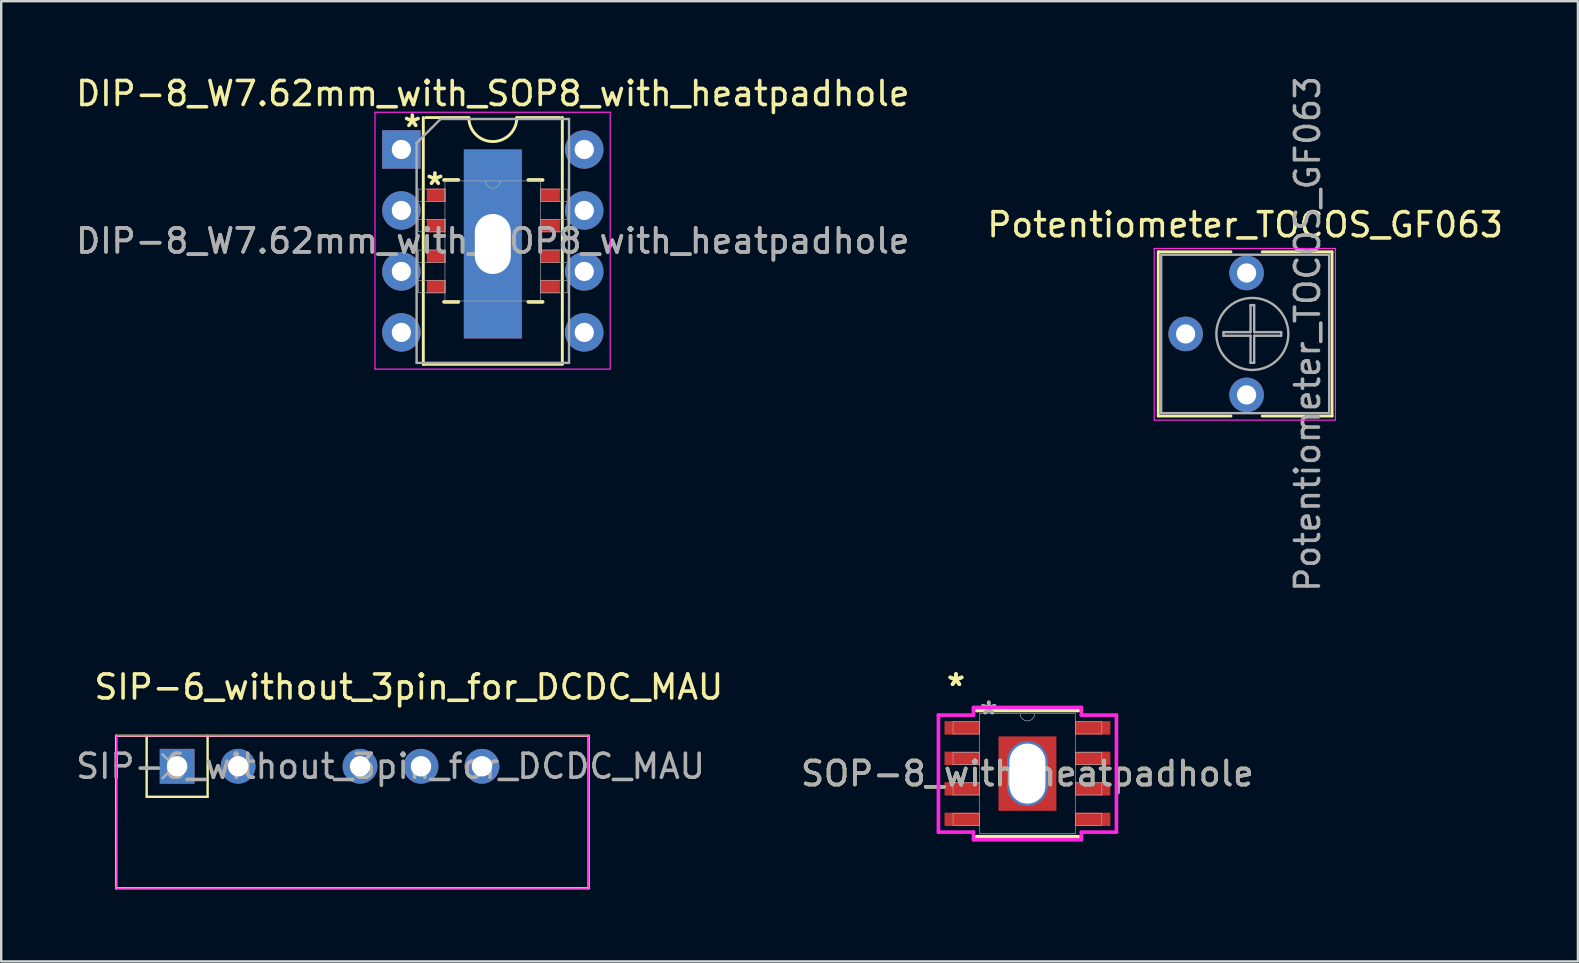
<source format=kicad_pcb>
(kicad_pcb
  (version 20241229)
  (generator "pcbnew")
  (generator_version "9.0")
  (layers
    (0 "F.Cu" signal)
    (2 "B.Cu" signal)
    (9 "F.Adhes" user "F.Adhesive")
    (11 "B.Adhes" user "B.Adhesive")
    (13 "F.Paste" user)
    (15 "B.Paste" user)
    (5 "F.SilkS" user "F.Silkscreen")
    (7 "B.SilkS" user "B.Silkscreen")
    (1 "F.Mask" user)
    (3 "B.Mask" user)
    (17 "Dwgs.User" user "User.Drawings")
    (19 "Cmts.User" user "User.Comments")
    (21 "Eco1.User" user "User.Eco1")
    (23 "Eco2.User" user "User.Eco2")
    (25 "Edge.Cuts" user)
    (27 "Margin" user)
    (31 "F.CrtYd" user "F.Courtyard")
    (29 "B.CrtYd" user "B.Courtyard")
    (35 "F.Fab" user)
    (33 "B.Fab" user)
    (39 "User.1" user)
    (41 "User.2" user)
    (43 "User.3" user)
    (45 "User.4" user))
  (footprint "SOP-8_with_heatpadhole"
    (layer "F.Cu")
    (at 39.756 29.181)
    (property "Reference" "SOP-8_with_heatpadhole" (at 0 0 0) (unlocked yes) (layer "F.SilkS") (effects (font (size 1 1) (thickness 0.15))))
    (attr smd)
    (fp_line (start -2.121 2.629) (end 2.121 2.629) (stroke (width 0.152) (type solid)) (layer "F.SilkS"))
    (fp_line (start 2.121 -2.629) (end -2.121 -2.629) (stroke (width 0.152) (type solid)) (layer "F.SilkS"))
    (fp_poly (pts (xy -1.107 -1.449) (xy -1.107 -0.1) (xy 1.107 -0.1) (xy 1.107 -1.449)) (stroke (width 0) (type solid)) (fill yes) (layer "F.Paste"))
    (fp_poly (pts (xy -1.107 0.1) (xy -1.107 1.449) (xy 1.107 1.449) (xy 1.107 0.1)) (stroke (width 0) (type solid)) (fill yes) (layer "F.Paste"))
    (fp_line (start -3.708 -2.438) (end -2.248 -2.438) (stroke (width 0.152) (type solid)) (layer "F.CrtYd"))
    (fp_line (start -3.708 2.438) (end -3.708 -2.438) (stroke (width 0.152) (type solid)) (layer "F.CrtYd"))
    (fp_line (start -3.708 2.438) (end -2.248 2.438) (stroke (width 0.152) (type solid)) (layer "F.CrtYd"))
    (fp_line (start -2.248 -2.756) (end 2.248 -2.756) (stroke (width 0.152) (type solid)) (layer "F.CrtYd"))
    (fp_line (start -2.248 -2.438) (end -2.248 -2.756) (stroke (width 0.152) (type solid)) (layer "F.CrtYd"))
    (fp_line (start -2.248 2.756) (end -2.248 2.438) (stroke (width 0.152) (type solid)) (layer "F.CrtYd"))
    (fp_line (start 2.248 -2.756) (end 2.248 -2.438) (stroke (width 0.152) (type solid)) (layer "F.CrtYd"))
    (fp_line (start 2.248 2.438) (end 2.248 2.756) (stroke (width 0.152) (type solid)) (layer "F.CrtYd"))
    (fp_line (start 2.248 2.756) (end -2.248 2.756) (stroke (width 0.152) (type solid)) (layer "F.CrtYd"))
    (fp_line (start 3.708 -2.438) (end 2.248 -2.438) (stroke (width 0.152) (type solid)) (layer "F.CrtYd"))
    (fp_line (start 3.708 -2.438) (end 3.708 2.438) (stroke (width 0.152) (type solid)) (layer "F.CrtYd"))
    (fp_line (start 3.708 2.438) (end 2.248 2.438) (stroke (width 0.152) (type solid)) (layer "F.CrtYd"))
    (fp_line (start -3.099 -2.159) (end -3.099 -1.651) (stroke (width 0.025) (type solid)) (layer "F.Fab"))
    (fp_line (start -3.099 -1.651) (end -1.994 -1.651) (stroke (width 0.025) (type solid)) (layer "F.Fab"))
    (fp_line (start -3.099 -0.889) (end -3.099 -0.381) (stroke (width 0.025) (type solid)) (layer "F.Fab"))
    (fp_line (start -3.099 -0.381) (end -1.994 -0.381) (stroke (width 0.025) (type solid)) (layer "F.Fab"))
    (fp_line (start -3.099 0.381) (end -3.099 0.889) (stroke (width 0.025) (type solid)) (layer "F.Fab"))
    (fp_line (start -3.099 0.889) (end -1.994 0.889) (stroke (width 0.025) (type solid)) (layer "F.Fab"))
    (fp_line (start -3.099 1.651) (end -3.099 2.159) (stroke (width 0.025) (type solid)) (layer "F.Fab"))
    (fp_line (start -3.099 2.159) (end -1.994 2.159) (stroke (width 0.025) (type solid)) (layer "F.Fab"))
    (fp_line (start -1.994 -2.502) (end -1.994 2.502) (stroke (width 0.025) (type solid)) (layer "F.Fab"))
    (fp_line (start -1.994 -2.159) (end -3.099 -2.159) (stroke (width 0.025) (type solid)) (layer "F.Fab"))
    (fp_line (start -1.994 -1.651) (end -1.994 -2.159) (stroke (width 0.025) (type solid)) (layer "F.Fab"))
    (fp_line (start -1.994 -0.889) (end -3.099 -0.889) (stroke (width 0.025) (type solid)) (layer "F.Fab"))
    (fp_line (start -1.994 -0.381) (end -1.994 -0.889) (stroke (width 0.025) (type solid)) (layer "F.Fab"))
    (fp_line (start -1.994 0.381) (end -3.099 0.381) (stroke (width 0.025) (type solid)) (layer "F.Fab"))
    (fp_line (start -1.994 0.889) (end -1.994 0.381) (stroke (width 0.025) (type solid)) (layer "F.Fab"))
    (fp_line (start -1.994 1.651) (end -3.099 1.651) (stroke (width 0.025) (type solid)) (layer "F.Fab"))
    (fp_line (start -1.994 2.159) (end -1.994 1.651) (stroke (width 0.025) (type solid)) (layer "F.Fab"))
    (fp_line (start -1.994 2.502) (end 1.994 2.502) (stroke (width 0.025) (type solid)) (layer "F.Fab"))
    (fp_line (start 1.994 -2.502) (end -1.994 -2.502) (stroke (width 0.025) (type solid)) (layer "F.Fab"))
    (fp_line (start 1.994 -2.159) (end 1.994 -1.651) (stroke (width 0.025) (type solid)) (layer "F.Fab"))
    (fp_line (start 1.994 -1.651) (end 3.099 -1.651) (stroke (width 0.025) (type solid)) (layer "F.Fab"))
    (fp_line (start 1.994 -0.889) (end 1.994 -0.381) (stroke (width 0.025) (type solid)) (layer "F.Fab"))
    (fp_line (start 1.994 -0.381) (end 3.099 -0.381) (stroke (width 0.025) (type solid)) (layer "F.Fab"))
    (fp_line (start 1.994 0.381) (end 1.994 0.889) (stroke (width 0.025) (type solid)) (layer "F.Fab"))
    (fp_line (start 1.994 0.889) (end 3.099 0.889) (stroke (width 0.025) (type solid)) (layer "F.Fab"))
    (fp_line (start 1.994 1.651) (end 1.994 2.159) (stroke (width 0.025) (type solid)) (layer "F.Fab"))
    (fp_line (start 1.994 2.159) (end 3.099 2.159) (stroke (width 0.025) (type solid)) (layer "F.Fab"))
    (fp_line (start 1.994 2.502) (end 1.994 -2.502) (stroke (width 0.025) (type solid)) (layer "F.Fab"))
    (fp_line (start 3.099 -2.159) (end 1.994 -2.159) (stroke (width 0.025) (type solid)) (layer "F.Fab"))
    (fp_line (start 3.099 -1.651) (end 3.099 -2.159) (stroke (width 0.025) (type solid)) (layer "F.Fab"))
    (fp_line (start 3.099 -0.889) (end 1.994 -0.889) (stroke (width 0.025) (type solid)) (layer "F.Fab"))
    (fp_line (start 3.099 -0.381) (end 3.099 -0.889) (stroke (width 0.025) (type solid)) (layer "F.Fab"))
    (fp_line (start 3.099 0.381) (end 1.994 0.381) (stroke (width 0.025) (type solid)) (layer "F.Fab"))
    (fp_line (start 3.099 0.889) (end 3.099 0.381) (stroke (width 0.025) (type solid)) (layer "F.Fab"))
    (fp_line (start 3.099 1.651) (end 1.994 1.651) (stroke (width 0.025) (type solid)) (layer "F.Fab"))
    (fp_line (start 3.099 2.159) (end 3.099 1.651) (stroke (width 0.025) (type solid)) (layer "F.Fab"))
    (fp_arc (start 0.3048 -2.5019) (mid 0 -2.1971) (end -0.3048 -2.5019) (stroke (width 0.0254) (type solid)) (layer "F.Fab"))
    (fp_text user "*" (at -2.978 -3.607 0) (layer "F.SilkS") (effects (font (size 1 1) (thickness 0.15))))
    (fp_text user "*" (at -2.978 -3.607 0) (unlocked yes) (layer "F.SilkS") (effects (font (size 1 1) (thickness 0.15))))
    (fp_text user "${REFERENCE}" (at 0 0 0) (unlocked yes) (layer "F.Fab") (effects (font (size 1 1) (thickness 0.15))))
    (fp_text user "*" (at -1.613 -2.426 0) (unlocked yes) (layer "F.Fab") (effects (font (size 1 1) (thickness 0.15))))
    (fp_text user "*" (at -1.613 -2.426 0) (layer "F.Fab") (effects (font (size 1 1) (thickness 0.15))))
    (pad "" thru_hole oval (at 0 0 90) (size 2.7 1.7) (drill oval 2.5 1.5) (layers "*.Cu" "*.Mask"))
    (pad "1" smd rect (at -2.724 -1.905) (size 1.46 0.559) (layers "F.Cu" "F.Mask" "F.Paste"))
    (pad "2" smd rect (at -2.724 -0.635) (size 1.46 0.559) (layers "F.Cu" "F.Mask" "F.Paste"))
    (pad "3" smd rect (at -2.724 0.635) (size 1.46 0.559) (layers "F.Cu" "F.Mask" "F.Paste"))
    (pad "4" smd rect (at -2.724 1.905) (size 1.46 0.559) (layers "F.Cu" "F.Mask" "F.Paste"))
    (pad "5" smd rect (at 2.724 1.905) (size 1.46 0.559) (layers "F.Cu" "F.Mask" "F.Paste"))
    (pad "6" smd rect (at 2.724 0.635) (size 1.46 0.559) (layers "F.Cu" "F.Mask" "F.Paste"))
    (pad "7" smd rect (at 2.724 -0.635) (size 1.46 0.559) (layers "F.Cu" "F.Mask" "F.Paste"))
    (pad "8" smd rect (at 2.724 -1.905) (size 1.46 0.559) (layers "F.Cu" "F.Mask" "F.Paste"))
    (pad "EPAD" smd rect (at 0 0) (size 2.413 3.099) (layers "F.Cu" "F.Mask")))
  (footprint "DIP-8_W7.62mm_with_SOP8_with_heatpadhole"
    (layer "F.Cu")
    (at 13.672 3.178)
    (property "Reference" "DIP-8_W7.62mm_with_SOP8_with_heatpadhole" (at 3.81 -2.33 0) (layer "F.SilkS") (effects (font (size 1 1) (thickness 0.15))))
    (attr through_hole)
    (fp_line (start 0.914 -1.33) (end 0.914 8.95) (stroke (width 0.12) (type solid)) (layer "F.SilkS"))
    (fp_line (start 0.914 8.95) (end 6.706 8.95) (stroke (width 0.12) (type solid)) (layer "F.SilkS"))
    (fp_line (start 2.375 1.27) (end 1.778 1.27) (stroke (width 0.152) (type solid)) (layer "F.SilkS"))
    (fp_line (start 2.375 6.35) (end 1.778 6.35) (stroke (width 0.152) (type solid)) (layer "F.SilkS"))
    (fp_line (start 2.81 -1.33) (end 1.016 -1.33) (stroke (width 0.12) (type solid)) (layer "F.SilkS"))
    (fp_line (start 5.886 1.27) (end 5.29 1.27) (stroke (width 0.152) (type solid)) (layer "F.SilkS"))
    (fp_line (start 5.886 6.35) (end 5.29 6.35) (stroke (width 0.152) (type solid)) (layer "F.SilkS"))
    (fp_line (start 6.604 -1.33) (end 4.81 -1.33) (stroke (width 0.12) (type solid)) (layer "F.SilkS"))
    (fp_line (start 6.706 8.941) (end 6.706 -1.339) (stroke (width 0.12) (type solid)) (layer "F.SilkS"))
    (fp_arc (start 4.81 -1.33) (mid 3.81 -0.33) (end 2.81 -1.33) (stroke (width 0.12) (type solid)) (layer "F.SilkS"))
    (fp_poly (pts (xy 2.704 2.361) (xy 2.704 3.71) (xy 4.917 3.71) (xy 4.917 2.361)) (stroke (width 0) (type solid)) (fill yes) (layer "F.Paste"))
    (fp_poly (pts (xy 2.704 3.91) (xy 2.704 5.259) (xy 4.917 5.259) (xy 4.917 3.91)) (stroke (width 0) (type solid)) (fill yes) (layer "F.Paste"))
    (fp_line (start -1.1 -1.55) (end -1.1 9.15) (stroke (width 0.05) (type solid)) (layer "F.CrtYd"))
    (fp_line (start -1.1 9.15) (end 8.7 9.15) (stroke (width 0.05) (type solid)) (layer "F.CrtYd"))
    (fp_line (start 8.7 -1.55) (end -1.1 -1.55) (stroke (width 0.05) (type solid)) (layer "F.CrtYd"))
    (fp_line (start 8.7 9.15) (end 8.7 -1.55) (stroke (width 0.05) (type solid)) (layer "F.CrtYd"))
    (fp_line (start 0.635 -0.27) (end 1.635 -1.27) (stroke (width 0.1) (type solid)) (layer "F.Fab"))
    (fp_line (start 0.635 8.89) (end 0.635 -0.27) (stroke (width 0.1) (type solid)) (layer "F.Fab"))
    (fp_line (start 0.711 1.651) (end 0.711 2.159) (stroke (width 0.025) (type solid)) (layer "F.Fab"))
    (fp_line (start 0.711 2.159) (end 1.816 2.159) (stroke (width 0.025) (type solid)) (layer "F.Fab"))
    (fp_line (start 0.711 2.921) (end 0.711 3.429) (stroke (width 0.025) (type solid)) (layer "F.Fab"))
    (fp_line (start 0.711 3.429) (end 1.816 3.429) (stroke (width 0.025) (type solid)) (layer "F.Fab"))
    (fp_line (start 0.711 4.191) (end 0.711 4.699) (stroke (width 0.025) (type solid)) (layer "F.Fab"))
    (fp_line (start 0.711 4.699) (end 1.816 4.699) (stroke (width 0.025) (type solid)) (layer "F.Fab"))
    (fp_line (start 0.711 5.461) (end 0.711 5.969) (stroke (width 0.025) (type solid)) (layer "F.Fab"))
    (fp_line (start 0.711 5.969) (end 1.816 5.969) (stroke (width 0.025) (type solid)) (layer "F.Fab"))
    (fp_line (start 1.635 -1.27) (end 6.985 -1.27) (stroke (width 0.1) (type solid)) (layer "F.Fab"))
    (fp_line (start 1.816 1.308) (end 1.816 6.312) (stroke (width 0.025) (type solid)) (layer "F.Fab"))
    (fp_line (start 1.816 1.651) (end 0.711 1.651) (stroke (width 0.025) (type solid)) (layer "F.Fab"))
    (fp_line (start 1.816 2.159) (end 1.816 1.651) (stroke (width 0.025) (type solid)) (layer "F.Fab"))
    (fp_line (start 1.816 2.921) (end 0.711 2.921) (stroke (width 0.025) (type solid)) (layer "F.Fab"))
    (fp_line (start 1.816 3.429) (end 1.816 2.921) (stroke (width 0.025) (type solid)) (layer "F.Fab"))
    (fp_line (start 1.816 4.191) (end 0.711 4.191) (stroke (width 0.025) (type solid)) (layer "F.Fab"))
    (fp_line (start 1.816 4.699) (end 1.816 4.191) (stroke (width 0.025) (type solid)) (layer "F.Fab"))
    (fp_line (start 1.816 5.461) (end 0.711 5.461) (stroke (width 0.025) (type solid)) (layer "F.Fab"))
    (fp_line (start 1.816 5.969) (end 1.816 5.461) (stroke (width 0.025) (type solid)) (layer "F.Fab"))
    (fp_line (start 1.816 6.312) (end 5.804 6.312) (stroke (width 0.025) (type solid)) (layer "F.Fab"))
    (fp_line (start 5.804 1.308) (end 1.816 1.308) (stroke (width 0.025) (type solid)) (layer "F.Fab"))
    (fp_line (start 5.804 1.651) (end 5.804 2.159) (stroke (width 0.025) (type solid)) (layer "F.Fab"))
    (fp_line (start 5.804 2.159) (end 6.909 2.159) (stroke (width 0.025) (type solid)) (layer "F.Fab"))
    (fp_line (start 5.804 2.921) (end 5.804 3.429) (stroke (width 0.025) (type solid)) (layer "F.Fab"))
    (fp_line (start 5.804 3.429) (end 6.909 3.429) (stroke (width 0.025) (type solid)) (layer "F.Fab"))
    (fp_line (start 5.804 4.191) (end 5.804 4.699) (stroke (width 0.025) (type solid)) (layer "F.Fab"))
    (fp_line (start 5.804 4.699) (end 6.909 4.699) (stroke (width 0.025) (type solid)) (layer "F.Fab"))
    (fp_line (start 5.804 5.461) (end 5.804 5.969) (stroke (width 0.025) (type solid)) (layer "F.Fab"))
    (fp_line (start 5.804 5.969) (end 6.909 5.969) (stroke (width 0.025) (type solid)) (layer "F.Fab"))
    (fp_line (start 5.804 6.312) (end 5.804 1.308) (stroke (width 0.025) (type solid)) (layer "F.Fab"))
    (fp_line (start 6.909 1.651) (end 5.804 1.651) (stroke (width 0.025) (type solid)) (layer "F.Fab"))
    (fp_line (start 6.909 2.159) (end 6.909 1.651) (stroke (width 0.025) (type solid)) (layer "F.Fab"))
    (fp_line (start 6.909 2.921) (end 5.804 2.921) (stroke (width 0.025) (type solid)) (layer "F.Fab"))
    (fp_line (start 6.909 3.429) (end 6.909 2.921) (stroke (width 0.025) (type solid)) (layer "F.Fab"))
    (fp_line (start 6.909 4.191) (end 5.804 4.191) (stroke (width 0.025) (type solid)) (layer "F.Fab"))
    (fp_line (start 6.909 4.699) (end 6.909 4.191) (stroke (width 0.025) (type solid)) (layer "F.Fab"))
    (fp_line (start 6.909 5.461) (end 5.804 5.461) (stroke (width 0.025) (type solid)) (layer "F.Fab"))
    (fp_line (start 6.909 5.969) (end 6.909 5.461) (stroke (width 0.025) (type solid)) (layer "F.Fab"))
    (fp_line (start 6.985 -1.27) (end 6.985 8.89) (stroke (width 0.1) (type solid)) (layer "F.Fab"))
    (fp_line (start 6.985 8.89) (end 0.635 8.89) (stroke (width 0.1) (type solid)) (layer "F.Fab"))
    (fp_arc (start 4.1148 1.3081) (mid 3.81 1.6129) (end 3.5052 1.3081) (stroke (width 0.0254) (type solid)) (layer "F.Fab"))
    (fp_text user "*" (at 1.397 1.524 0) (unlocked yes) (layer "F.SilkS") (effects (font (size 1 1) (thickness 0.15))))
    (fp_text user "*" (at 0.457 -0.889 0) (unlocked yes) (layer "F.SilkS") (effects (font (size 1 1) (thickness 0.15))))
    (fp_text user "${REFERENCE}" (at 3.81 3.81 0) (unlocked yes) (layer "F.Fab") (effects (font (size 1 1) (thickness 0.15))))
    (fp_text user "${REFERENCE}" (at 3.81 3.81 0) (layer "F.Fab") (effects (font (size 1 1) (thickness 0.15))))
    (pad "" thru_hole rect (at 3.81 3.937) (size 2.413 7.874) (drill oval 1.5 2.5) (layers "*.Cu" "*.Mask"))
    (pad "1" thru_hole rect (at 0 0) (size 1.6 1.6) (drill 0.8) (layers "*.Cu" "*.Mask"))
    (pad "1" smd rect (at 1.46 1.905) (size 0.8 0.559) (layers "F.Cu" "F.Mask" "F.Paste"))
    (pad "2" thru_hole oval (at 0 2.54) (size 1.6 1.6) (drill 0.8) (layers "*.Cu" "*.Mask"))
    (pad "2" smd rect (at 1.46 3.175) (size 0.8 0.559) (layers "F.Cu" "F.Mask" "F.Paste"))
    (pad "3" thru_hole oval (at 0 5.08) (size 1.6 1.6) (drill 0.8) (layers "*.Cu" "*.Mask"))
    (pad "3" smd rect (at 1.46 4.445) (size 0.8 0.559) (layers "F.Cu" "F.Mask" "F.Paste"))
    (pad "4" thru_hole oval (at 0 7.62) (size 1.6 1.6) (drill 0.8) (layers "*.Cu" "*.Mask"))
    (pad "4" smd rect (at 1.46 5.715) (size 0.8 0.559) (layers "F.Cu" "F.Mask" "F.Paste"))
    (pad "5" smd rect (at 6.204 5.715) (size 0.8 0.559) (layers "F.Cu" "F.Mask" "F.Paste"))
    (pad "5" thru_hole oval (at 7.62 7.62) (size 1.6 1.6) (drill 0.8) (layers "*.Cu" "*.Mask"))
    (pad "6" smd rect (at 6.204 4.445) (size 0.8 0.559) (layers "F.Cu" "F.Mask" "F.Paste"))
    (pad "6" thru_hole oval (at 7.62 5.08) (size 1.6 1.6) (drill 0.8) (layers "*.Cu" "*.Mask"))
    (pad "7" smd rect (at 6.204 3.175) (size 0.8 0.559) (layers "F.Cu" "F.Mask" "F.Paste"))
    (pad "7" thru_hole oval (at 7.62 2.54) (size 1.6 1.6) (drill 0.8) (layers "*.Cu" "*.Mask"))
    (pad "8" smd rect (at 6.204 1.905) (size 0.8 0.559) (layers "F.Cu" "F.Mask" "F.Paste"))
    (pad "8" thru_hole oval (at 7.62 0) (size 1.6 1.6) (drill 0.8) (layers "*.Cu" "*.Mask")))
  (footprint "SIP-6_without_3pin_for_DCDC_MAU"
    (layer "F.Cu")
    (at 4.33 28.876)
    (property "Reference" "SIP-6_without_3pin_for_DCDC_MAU" (at 9.652 -3.302 0) (layer "F.SilkS") (effects (font (size 1 1) (thickness 0.15))))
    (attr through_hole)
    (fp_line (start -2.54 -1.27) (end 17.145 -1.27) (stroke (width 0.1) (type default)) (layer "F.SilkS"))
    (fp_line (start -2.54 5.08) (end -2.54 -1.27) (stroke (width 0.1) (type default)) (layer "F.SilkS"))
    (fp_line (start -1.27 -1.27) (end -1.27 1.27) (stroke (width 0.1) (type default)) (layer "F.SilkS"))
    (fp_line (start 1.27 -1.27) (end 1.27 1.27) (stroke (width 0.1) (type default)) (layer "F.SilkS"))
    (fp_line (start 1.27 1.27) (end -1.27 1.27) (stroke (width 0.1) (type default)) (layer "F.SilkS"))
    (fp_line (start 17.145 -1.27) (end 17.145 5.08) (stroke (width 0.1) (type default)) (layer "F.SilkS"))
    (fp_line (start 17.145 5.08) (end -2.54 5.08) (stroke (width 0.1) (type default)) (layer "F.SilkS"))
    (fp_line (start -2.54 5.08) (end 17.145 5.08) (stroke (width 0.05) (type solid)) (layer "F.CrtYd"))
    (fp_line (start -2.531 -1.27) (end -2.54 5.08) (stroke (width 0.05) (type solid)) (layer "F.CrtYd"))
    (fp_line (start -2.531 -1.27) (end 17.145 -1.27) (stroke (width 0.05) (type solid)) (layer "F.CrtYd"))
    (fp_line (start 17.145 -1.27) (end 17.145 5.08) (stroke (width 0.05) (type solid)) (layer "F.CrtYd"))
    (fp_line (start -0.61 -0.5) (end -0.11 0) (stroke (width 0.1) (type solid)) (layer "F.Fab"))
    (fp_line (start -0.11 0) (end -0.61 0.5) (stroke (width 0.1) (type solid)) (layer "F.Fab"))
    (fp_text user "${REFERENCE}" (at 8.89 0 0) (layer "F.Fab") (effects (font (size 1 1) (thickness 0.15))))
    (pad "1" thru_hole rect (at 0 0 90) (size 1.45 1.45) (drill 0.85) (layers "*.Cu" "*.Mask"))
    (pad "2" thru_hole circle (at 2.54 0 90) (size 1.45 1.45) (drill 0.85) (layers "*.Cu" "*.Mask"))
    (pad "4" thru_hole circle (at 7.62 0 90) (size 1.45 1.45) (drill 0.85) (layers "*.Cu" "*.Mask"))
    (pad "5" thru_hole circle (at 10.16 0 90) (size 1.45 1.45) (drill 0.85) (layers "*.Cu" "*.Mask"))
    (pad "6" thru_hole circle (at 12.7 0 90) (size 1.45 1.45) (drill 0.85) (layers "*.Cu" "*.Mask")))
  (footprint "Potentiometer_TOCOS_GF063"
    (layer "F.Cu")
    (at 48.887 13.403)
    (property "Reference" "Potentiometer_TOCOS_GF063" (at -0.06 -7.09 0) (layer "F.SilkS") (effects (font (size 1 1) (thickness 0.15))))
    (attr through_hole)
    (fp_line (start -3.68 -5.96) (end -3.68 0.88) (stroke (width 0.12) (type solid)) (layer "F.SilkS"))
    (fp_line (start -3.68 -5.96) (end -0.65 -5.96) (stroke (width 0.12) (type solid)) (layer "F.SilkS"))
    (fp_line (start -3.68 0.88) (end -0.65 0.88) (stroke (width 0.12) (type solid)) (layer "F.SilkS"))
    (fp_line (start 0.65 -5.96) (end 3.56 -5.96) (stroke (width 0.12) (type solid)) (layer "F.SilkS"))
    (fp_line (start 0.65 0.88) (end 3.56 0.88) (stroke (width 0.12) (type solid)) (layer "F.SilkS"))
    (fp_line (start 3.56 -5.96) (end 3.56 0.88) (stroke (width 0.12) (type solid)) (layer "F.SilkS"))
    (fp_line (start -3.85 -6.1) (end -3.85 1.05) (stroke (width 0.05) (type solid)) (layer "F.CrtYd"))
    (fp_line (start -3.85 1.05) (end 3.7 1.05) (stroke (width 0.05) (type solid)) (layer "F.CrtYd"))
    (fp_line (start 3.7 -6.1) (end -3.85 -6.1) (stroke (width 0.05) (type solid)) (layer "F.CrtYd"))
    (fp_line (start 3.7 1.05) (end 3.7 -6.1) (stroke (width 0.05) (type solid)) (layer "F.CrtYd"))
    (fp_line (start -3.56 -5.84) (end -3.56 0.76) (stroke (width 0.1) (type solid)) (layer "F.Fab"))
    (fp_line (start -3.56 0.76) (end 3.44 0.76) (stroke (width 0.1) (type solid)) (layer "F.Fab"))
    (fp_line (start -0.961 -2.616) (end 0.164 -2.616) (stroke (width 0.1) (type solid)) (layer "F.Fab"))
    (fp_line (start -0.961 -2.464) (end -0.961 -2.616) (stroke (width 0.1) (type solid)) (layer "F.Fab"))
    (fp_line (start 0.164 -3.741) (end 0.316 -3.741) (stroke (width 0.1) (type solid)) (layer "F.Fab"))
    (fp_line (start 0.164 -2.616) (end 0.164 -3.741) (stroke (width 0.1) (type solid)) (layer "F.Fab"))
    (fp_line (start 0.164 -2.464) (end -0.961 -2.464) (stroke (width 0.1) (type solid)) (layer "F.Fab"))
    (fp_line (start 0.164 -1.339) (end 0.164 -2.464) (stroke (width 0.1) (type solid)) (layer "F.Fab"))
    (fp_line (start 0.316 -3.741) (end 0.316 -2.616) (stroke (width 0.1) (type solid)) (layer "F.Fab"))
    (fp_line (start 0.316 -2.616) (end 1.441 -2.616) (stroke (width 0.1) (type solid)) (layer "F.Fab"))
    (fp_line (start 0.316 -2.464) (end 0.316 -1.339) (stroke (width 0.1) (type solid)) (layer "F.Fab"))
    (fp_line (start 0.316 -1.339) (end 0.164 -1.339) (stroke (width 0.1) (type solid)) (layer "F.Fab"))
    (fp_line (start 1.441 -2.616) (end 1.441 -2.464) (stroke (width 0.1) (type solid)) (layer "F.Fab"))
    (fp_line (start 1.441 -2.464) (end 0.316 -2.464) (stroke (width 0.1) (type solid)) (layer "F.Fab"))
    (fp_line (start 3.44 -5.84) (end -3.56 -5.84) (stroke (width 0.1) (type solid)) (layer "F.Fab"))
    (fp_line (start 3.44 0.76) (end 3.44 -5.84) (stroke (width 0.1) (type solid)) (layer "F.Fab"))
    (fp_circle (center 0.24 -2.54) (end 1.74 -2.54) (stroke (width 0.1) (type solid)) (fill no) (layer "F.Fab"))
    (fp_text user "${REFERENCE}" (at 2.54 -2.54 90) (layer "F.Fab") (effects (font (size 1 1) (thickness 0.15))))
    (pad "1" thru_hole circle (at 0 0) (size 1.44 1.44) (drill 0.8) (layers "*.Cu" "*.Mask"))
    (pad "2" thru_hole circle (at -2.54 -2.54) (size 1.44 1.44) (drill 0.8) (layers "*.Cu" "*.Mask"))
    (pad "3" thru_hole circle (at 0 -5.08) (size 1.44 1.44) (drill 0.8) (layers "*.Cu" "*.Mask")))
  (gr_rect
    (start -3 -3)
    (end 62.69 37.006)
    (stroke (width 0.1) (type default))
    (fill no)
    (layer "Edge.Cuts")))
</source>
